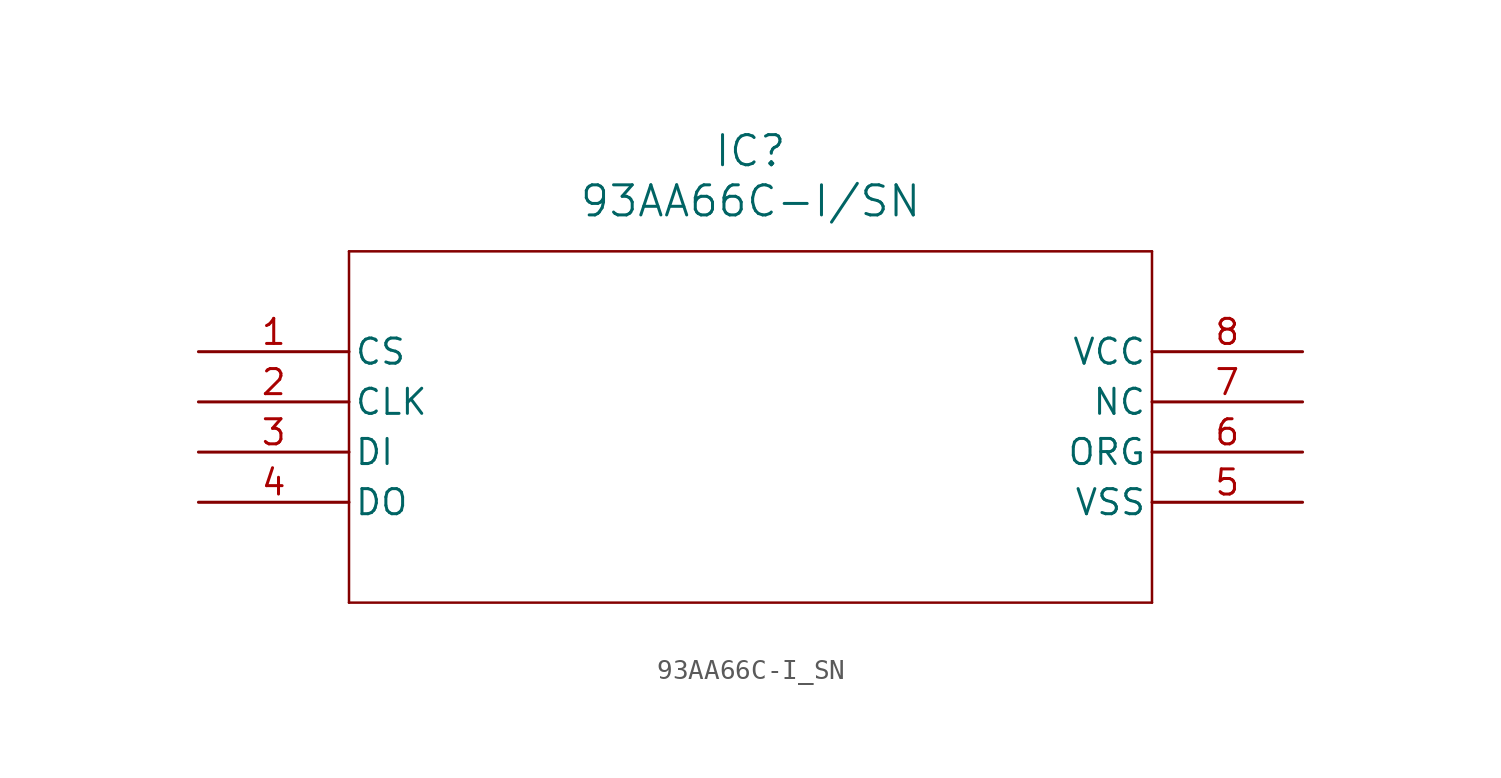
<source format=kicad_sym>
(kicad_symbol_lib
  (version 20231120)
  (generator "kicad_symbol_editor")
  (generator_version "8.0")
  (symbol "93AA66C-I_SN"
    (pin_names
      (offset 0.254))
    (property "Reference" "IC"
      (at 27.94 10.16 0)
      (effects (font (size 1.524 1.524))))
    (property "Value" "93AA66C-I/SN"
      (at 27.94 7.62 0)
      (effects (font (size 1.524 1.524))))
    (symbol "93AA66C-I_SN_0_1"
      (polyline (pts (xy 7.62 -12.7) (xy 48.26 -12.7)) (stroke (width 0.127) (type default)) (fill (type none)))
      (polyline (pts (xy 7.62 5.08) (xy 7.62 -12.7)) (stroke (width 0.127) (type default)) (fill (type none)))
      (polyline (pts (xy 48.26 -12.7) (xy 48.26 5.08)) (stroke (width 0.127) (type default)) (fill (type none)))
      (polyline (pts (xy 48.26 5.08) (xy 7.62 5.08)) (stroke (width 0.127) (type default)) (fill (type none)))
      (pin unspecified line (at 0 0 0) (length 7.62) (name "CS" (effects (font (size 1.27 1.27)))) (number "1" (effects (font (size 1.27 1.27)))))
      (pin unspecified line (at 0 -2.54 0) (length 7.62) (name "CLK" (effects (font (size 1.27 1.27)))) (number "2" (effects (font (size 1.27 1.27)))))
      (pin unspecified line (at 0 -5.08 0) (length 7.62) (name "DI" (effects (font (size 1.27 1.27)))) (number "3" (effects (font (size 1.27 1.27)))))
      (pin unspecified line (at 0 -7.62 0) (length 7.62) (name "DO" (effects (font (size 1.27 1.27)))) (number "4" (effects (font (size 1.27 1.27)))))
      (pin unspecified line (at 55.88 -7.62 180) (length 7.62) (name "VSS" (effects (font (size 1.27 1.27)))) (number "5" (effects (font (size 1.27 1.27)))))
      (pin unspecified line (at 55.88 -5.08 180) (length 7.62) (name "ORG" (effects (font (size 1.27 1.27)))) (number "6" (effects (font (size 1.27 1.27)))))
      (pin unspecified line (at 55.88 -2.54 180) (length 7.62) (name "NC" (effects (font (size 1.27 1.27)))) (number "7" (effects (font (size 1.27 1.27)))))
      (pin unspecified line (at 55.88 0 180) (length 7.62) (name "VCC" (effects (font (size 1.27 1.27)))) (number "8" (effects (font (size 1.27 1.27))))))))
</source>
